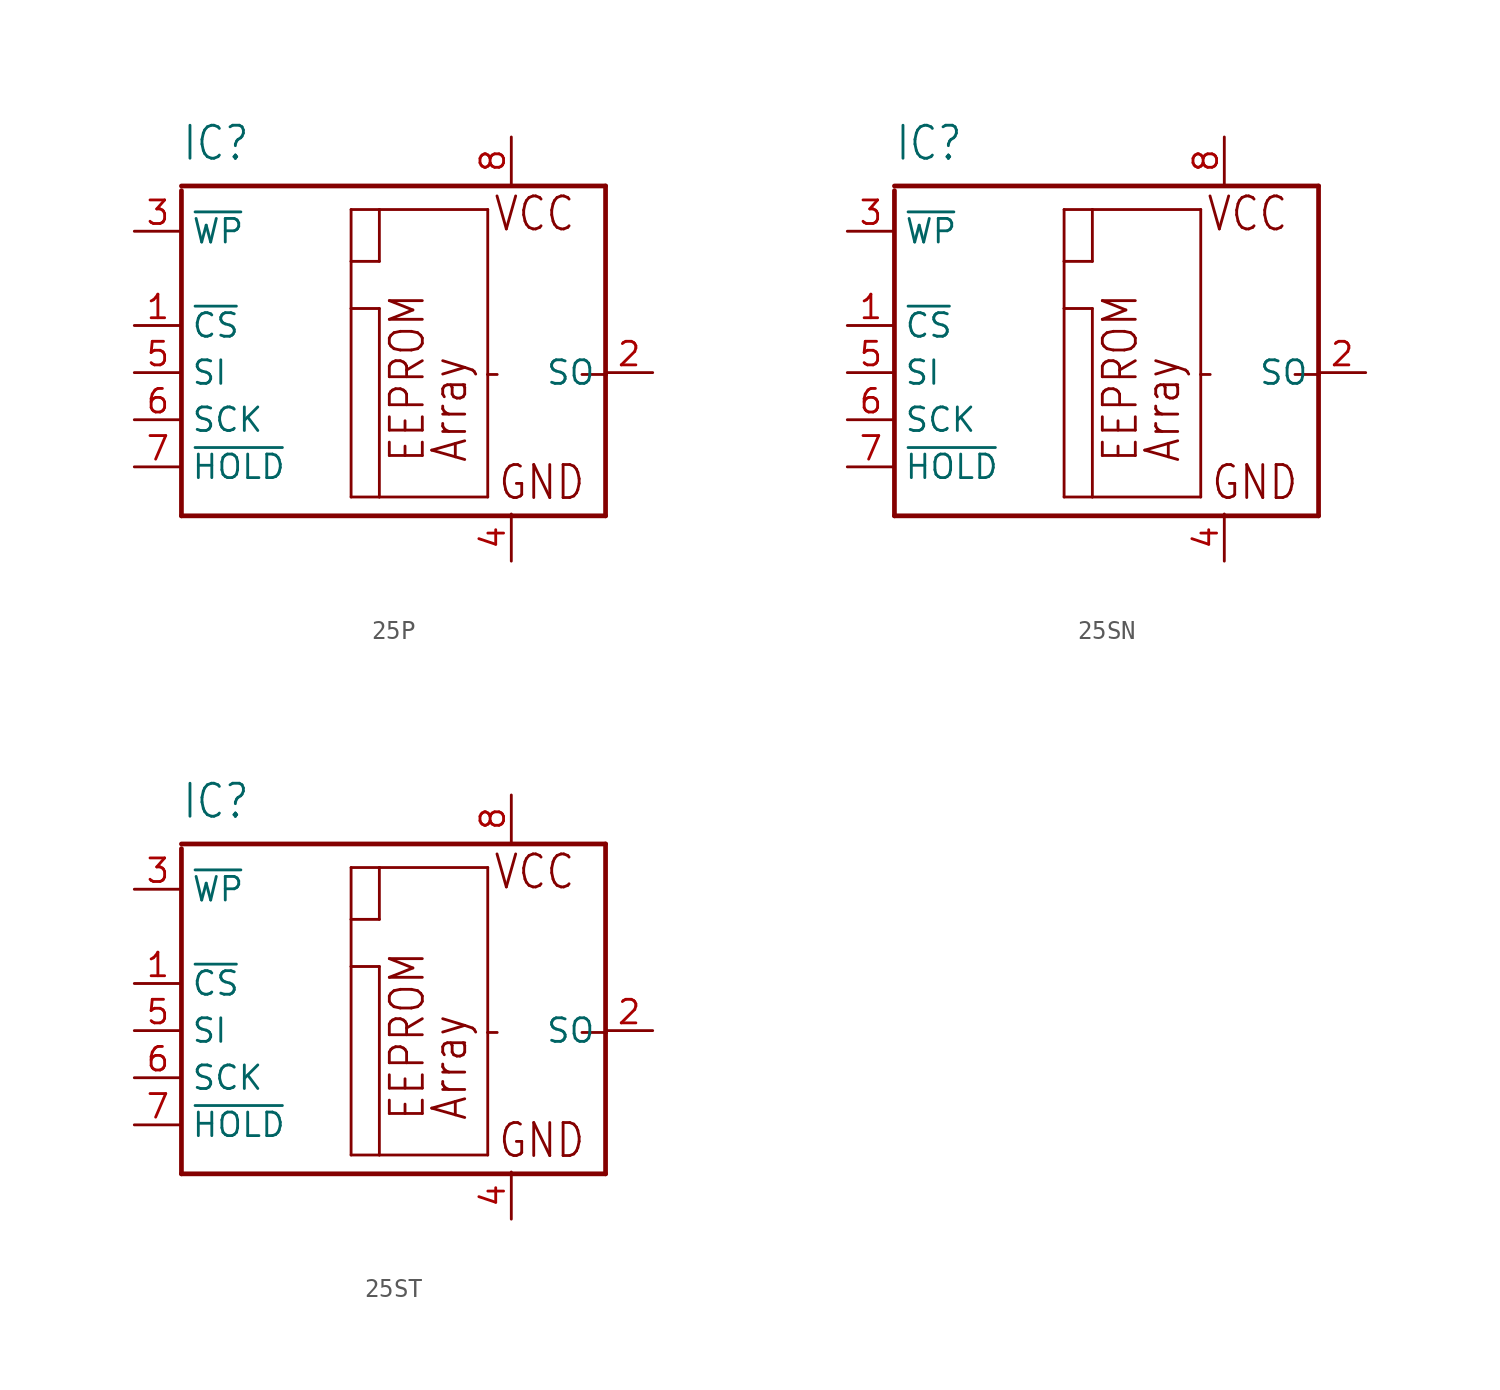
<source format=kicad_sym>
(kicad_symbol_lib
  (version 20220914)
  (generator kicad_symbol_editor)
  (symbol "25P"
    (property "Reference" "IC"
      (at -10.16 11.33 0)
      (effects (font (size 1.778 1.511)) (justify left bottom)))
    (property "Value" ""
      (at -10.16 -10.26 0)
      (effects (font (size 1.778 1.511)) (justify left bottom)))
    (property "ki_locked" ""
      (at 0 0 0)
      (effects (font (size 1.27 1.27))))
    (symbol "25P_1_0"
      (polyline (pts (xy -10.16 -7.72) (xy -10.16 9.806)) (stroke (width 0.254) (type solid)) (fill (type none)))
      (polyline (pts (xy -10.16 10.06) (xy 12.7 10.06)) (stroke (width 0.254) (type solid)) (fill (type none)))
      (polyline (pts (xy -1.016 -6.704) (xy -1.016 3.456)) (stroke (width 0.152) (type solid)) (fill (type none)))
      (polyline (pts (xy -1.016 3.456) (xy -1.016 5.996)) (stroke (width 0.152) (type solid)) (fill (type none)))
      (polyline (pts (xy -1.016 3.456) (xy 0.508 3.456)) (stroke (width 0.152) (type solid)) (fill (type none)))
      (polyline (pts (xy -1.016 5.996) (xy -1.016 8.79)) (stroke (width 0.152) (type solid)) (fill (type none)))
      (polyline (pts (xy -1.016 8.79) (xy 0.508 8.79)) (stroke (width 0.152) (type solid)) (fill (type none)))
      (polyline (pts (xy 0.508 -6.704) (xy -1.016 -6.704)) (stroke (width 0.152) (type solid)) (fill (type none)))
      (polyline (pts (xy 0.508 3.456) (xy 0.508 -6.704)) (stroke (width 0.152) (type solid)) (fill (type none)))
      (polyline (pts (xy 0.508 5.996) (xy -1.016 5.996)) (stroke (width 0.152) (type solid)) (fill (type none)))
      (polyline (pts (xy 0.508 8.79) (xy 0.508 5.996)) (stroke (width 0.152) (type solid)) (fill (type none)))
      (polyline (pts (xy 0.508 8.79) (xy 6.35 8.79)) (stroke (width 0.152) (type solid)) (fill (type none)))
      (polyline (pts (xy 6.35 -6.704) (xy 0.508 -6.704)) (stroke (width 0.152) (type solid)) (fill (type none)))
      (polyline (pts (xy 6.35 -0.1) (xy 6.35 -6.704)) (stroke (width 0.152) (type solid)) (fill (type none)))
      (polyline (pts (xy 6.35 8.79) (xy 6.35 -0.1)) (stroke (width 0.152) (type solid)) (fill (type none)))
      (polyline (pts (xy 6.858 -0.1) (xy 6.35 -0.1)) (stroke (width 0.152) (type solid)) (fill (type none)))
      (polyline (pts (xy 12.7 -7.72) (xy -10.16 -7.72)) (stroke (width 0.254) (type solid)) (fill (type none)))
      (polyline (pts (xy 12.7 -0.1) (xy 11.43 -0.1)) (stroke (width 0.152) (type solid)) (fill (type none)))
      (polyline (pts (xy 12.7 -0.1) (xy 12.7 -7.72)) (stroke (width 0.254) (type solid)) (fill (type none)))
      (polyline (pts (xy 12.7 10.06) (xy 12.7 -0.1)) (stroke (width 0.254) (type solid)) (fill (type none)))
      (text "Array" (at 5.334 -4.926 900) (effects (font (size 1.778 1.511)) (justify left bottom)))
      (text "EEPROM" (at 3.048 -4.926 900) (effects (font (size 1.778 1.511)) (justify left bottom)))
      (text "GND" (at 6.858 -6.958 0) (effects (font (size 1.778 1.511)) (justify left bottom)))
      (text "VCC" (at 6.604 7.52 0) (effects (font (size 1.778 1.511)) (justify left bottom)))
      (pin input line (at -12.7 2.54 0) (length 2.54) (name "~{CS}" (effects (font (size 1.27 1.27)))) (number "1" (effects (font (size 1.27 1.27)))))
      (pin bidirectional line (at 15.24 0 180) (length 2.54) (name "SO" (effects (font (size 1.27 1.27)))) (number "2" (effects (font (size 1.27 1.27)))))
      (pin input line (at -12.7 7.62 0) (length 2.54) (name "~{WP}" (effects (font (size 1.27 1.27)))) (number "3" (effects (font (size 1.27 1.27)))))
      (pin power_in line (at 7.62 -10.16 90) (length 2.54) (name "GND" (effects (font (size 0 0)))) (number "4" (effects (font (size 1.27 1.27)))))
      (pin input line (at -12.7 0 0) (length 2.54) (name "SI" (effects (font (size 1.27 1.27)))) (number "5" (effects (font (size 1.27 1.27)))))
      (pin input line (at -12.7 -2.54 0) (length 2.54) (name "SCK" (effects (font (size 1.27 1.27)))) (number "6" (effects (font (size 1.27 1.27)))))
      (pin input line (at -12.7 -5.08 0) (length 2.54) (name "~{HOLD}" (effects (font (size 1.27 1.27)))) (number "7" (effects (font (size 1.27 1.27)))))
      (pin power_in line (at 7.62 12.7 270) (length 2.54) (name "VCC" (effects (font (size 0 0)))) (number "8" (effects (font (size 1.27 1.27)))))))
  (symbol "25SN"
    (property "Reference" "IC"
      (at -10.16 11.33 0)
      (effects (font (size 1.778 1.511)) (justify left bottom)))
    (property "Value" ""
      (at -10.16 -10.26 0)
      (effects (font (size 1.778 1.511)) (justify left bottom)))
    (property "ki_locked" ""
      (at 0 0 0)
      (effects (font (size 1.27 1.27))))
    (symbol "25SN_1_0"
      (polyline (pts (xy -10.16 -7.72) (xy -10.16 9.806)) (stroke (width 0.254) (type solid)) (fill (type none)))
      (polyline (pts (xy -10.16 10.06) (xy 12.7 10.06)) (stroke (width 0.254) (type solid)) (fill (type none)))
      (polyline (pts (xy -1.016 -6.704) (xy -1.016 3.456)) (stroke (width 0.152) (type solid)) (fill (type none)))
      (polyline (pts (xy -1.016 3.456) (xy -1.016 5.996)) (stroke (width 0.152) (type solid)) (fill (type none)))
      (polyline (pts (xy -1.016 3.456) (xy 0.508 3.456)) (stroke (width 0.152) (type solid)) (fill (type none)))
      (polyline (pts (xy -1.016 5.996) (xy -1.016 8.79)) (stroke (width 0.152) (type solid)) (fill (type none)))
      (polyline (pts (xy -1.016 8.79) (xy 0.508 8.79)) (stroke (width 0.152) (type solid)) (fill (type none)))
      (polyline (pts (xy 0.508 -6.704) (xy -1.016 -6.704)) (stroke (width 0.152) (type solid)) (fill (type none)))
      (polyline (pts (xy 0.508 3.456) (xy 0.508 -6.704)) (stroke (width 0.152) (type solid)) (fill (type none)))
      (polyline (pts (xy 0.508 5.996) (xy -1.016 5.996)) (stroke (width 0.152) (type solid)) (fill (type none)))
      (polyline (pts (xy 0.508 8.79) (xy 0.508 5.996)) (stroke (width 0.152) (type solid)) (fill (type none)))
      (polyline (pts (xy 0.508 8.79) (xy 6.35 8.79)) (stroke (width 0.152) (type solid)) (fill (type none)))
      (polyline (pts (xy 6.35 -6.704) (xy 0.508 -6.704)) (stroke (width 0.152) (type solid)) (fill (type none)))
      (polyline (pts (xy 6.35 -0.1) (xy 6.35 -6.704)) (stroke (width 0.152) (type solid)) (fill (type none)))
      (polyline (pts (xy 6.35 8.79) (xy 6.35 -0.1)) (stroke (width 0.152) (type solid)) (fill (type none)))
      (polyline (pts (xy 6.858 -0.1) (xy 6.35 -0.1)) (stroke (width 0.152) (type solid)) (fill (type none)))
      (polyline (pts (xy 12.7 -7.72) (xy -10.16 -7.72)) (stroke (width 0.254) (type solid)) (fill (type none)))
      (polyline (pts (xy 12.7 -0.1) (xy 11.43 -0.1)) (stroke (width 0.152) (type solid)) (fill (type none)))
      (polyline (pts (xy 12.7 -0.1) (xy 12.7 -7.72)) (stroke (width 0.254) (type solid)) (fill (type none)))
      (polyline (pts (xy 12.7 10.06) (xy 12.7 -0.1)) (stroke (width 0.254) (type solid)) (fill (type none)))
      (text "Array" (at 5.334 -4.926 900) (effects (font (size 1.778 1.511)) (justify left bottom)))
      (text "EEPROM" (at 3.048 -4.926 900) (effects (font (size 1.778 1.511)) (justify left bottom)))
      (text "GND" (at 6.858 -6.958 0) (effects (font (size 1.778 1.511)) (justify left bottom)))
      (text "VCC" (at 6.604 7.52 0) (effects (font (size 1.778 1.511)) (justify left bottom)))
      (pin input line (at -12.7 2.54 0) (length 2.54) (name "~{CS}" (effects (font (size 1.27 1.27)))) (number "1" (effects (font (size 1.27 1.27)))))
      (pin bidirectional line (at 15.24 0 180) (length 2.54) (name "SO" (effects (font (size 1.27 1.27)))) (number "2" (effects (font (size 1.27 1.27)))))
      (pin input line (at -12.7 7.62 0) (length 2.54) (name "~{WP}" (effects (font (size 1.27 1.27)))) (number "3" (effects (font (size 1.27 1.27)))))
      (pin power_in line (at 7.62 -10.16 90) (length 2.54) (name "GND" (effects (font (size 0 0)))) (number "4" (effects (font (size 1.27 1.27)))))
      (pin input line (at -12.7 0 0) (length 2.54) (name "SI" (effects (font (size 1.27 1.27)))) (number "5" (effects (font (size 1.27 1.27)))))
      (pin input line (at -12.7 -2.54 0) (length 2.54) (name "SCK" (effects (font (size 1.27 1.27)))) (number "6" (effects (font (size 1.27 1.27)))))
      (pin input line (at -12.7 -5.08 0) (length 2.54) (name "~{HOLD}" (effects (font (size 1.27 1.27)))) (number "7" (effects (font (size 1.27 1.27)))))
      (pin power_in line (at 7.62 12.7 270) (length 2.54) (name "VCC" (effects (font (size 0 0)))) (number "8" (effects (font (size 1.27 1.27)))))))
  (symbol "25ST"
    (property "Reference" "IC"
      (at -10.16 11.33 0)
      (effects (font (size 1.778 1.511)) (justify left bottom)))
    (property "Value" ""
      (at -10.16 -10.26 0)
      (effects (font (size 1.778 1.511)) (justify left bottom)))
    (property "ki_locked" ""
      (at 0 0 0)
      (effects (font (size 1.27 1.27))))
    (symbol "25ST_1_0"
      (polyline (pts (xy -10.16 -7.72) (xy -10.16 9.806)) (stroke (width 0.254) (type solid)) (fill (type none)))
      (polyline (pts (xy -10.16 10.06) (xy 12.7 10.06)) (stroke (width 0.254) (type solid)) (fill (type none)))
      (polyline (pts (xy -1.016 -6.704) (xy -1.016 3.456)) (stroke (width 0.152) (type solid)) (fill (type none)))
      (polyline (pts (xy -1.016 3.456) (xy -1.016 5.996)) (stroke (width 0.152) (type solid)) (fill (type none)))
      (polyline (pts (xy -1.016 3.456) (xy 0.508 3.456)) (stroke (width 0.152) (type solid)) (fill (type none)))
      (polyline (pts (xy -1.016 5.996) (xy -1.016 8.79)) (stroke (width 0.152) (type solid)) (fill (type none)))
      (polyline (pts (xy -1.016 8.79) (xy 0.508 8.79)) (stroke (width 0.152) (type solid)) (fill (type none)))
      (polyline (pts (xy 0.508 -6.704) (xy -1.016 -6.704)) (stroke (width 0.152) (type solid)) (fill (type none)))
      (polyline (pts (xy 0.508 3.456) (xy 0.508 -6.704)) (stroke (width 0.152) (type solid)) (fill (type none)))
      (polyline (pts (xy 0.508 5.996) (xy -1.016 5.996)) (stroke (width 0.152) (type solid)) (fill (type none)))
      (polyline (pts (xy 0.508 8.79) (xy 0.508 5.996)) (stroke (width 0.152) (type solid)) (fill (type none)))
      (polyline (pts (xy 0.508 8.79) (xy 6.35 8.79)) (stroke (width 0.152) (type solid)) (fill (type none)))
      (polyline (pts (xy 6.35 -6.704) (xy 0.508 -6.704)) (stroke (width 0.152) (type solid)) (fill (type none)))
      (polyline (pts (xy 6.35 -0.1) (xy 6.35 -6.704)) (stroke (width 0.152) (type solid)) (fill (type none)))
      (polyline (pts (xy 6.35 8.79) (xy 6.35 -0.1)) (stroke (width 0.152) (type solid)) (fill (type none)))
      (polyline (pts (xy 6.858 -0.1) (xy 6.35 -0.1)) (stroke (width 0.152) (type solid)) (fill (type none)))
      (polyline (pts (xy 12.7 -7.72) (xy -10.16 -7.72)) (stroke (width 0.254) (type solid)) (fill (type none)))
      (polyline (pts (xy 12.7 -0.1) (xy 11.43 -0.1)) (stroke (width 0.152) (type solid)) (fill (type none)))
      (polyline (pts (xy 12.7 -0.1) (xy 12.7 -7.72)) (stroke (width 0.254) (type solid)) (fill (type none)))
      (polyline (pts (xy 12.7 10.06) (xy 12.7 -0.1)) (stroke (width 0.254) (type solid)) (fill (type none)))
      (text "Array" (at 5.334 -4.926 900) (effects (font (size 1.778 1.511)) (justify left bottom)))
      (text "EEPROM" (at 3.048 -4.926 900) (effects (font (size 1.778 1.511)) (justify left bottom)))
      (text "GND" (at 6.858 -6.958 0) (effects (font (size 1.778 1.511)) (justify left bottom)))
      (text "VCC" (at 6.604 7.52 0) (effects (font (size 1.778 1.511)) (justify left bottom)))
      (pin input line (at -12.7 2.54 0) (length 2.54) (name "~{CS}" (effects (font (size 1.27 1.27)))) (number "1" (effects (font (size 1.27 1.27)))))
      (pin bidirectional line (at 15.24 0 180) (length 2.54) (name "SO" (effects (font (size 1.27 1.27)))) (number "2" (effects (font (size 1.27 1.27)))))
      (pin input line (at -12.7 7.62 0) (length 2.54) (name "~{WP}" (effects (font (size 1.27 1.27)))) (number "3" (effects (font (size 1.27 1.27)))))
      (pin power_in line (at 7.62 -10.16 90) (length 2.54) (name "GND" (effects (font (size 0 0)))) (number "4" (effects (font (size 1.27 1.27)))))
      (pin input line (at -12.7 0 0) (length 2.54) (name "SI" (effects (font (size 1.27 1.27)))) (number "5" (effects (font (size 1.27 1.27)))))
      (pin input line (at -12.7 -2.54 0) (length 2.54) (name "SCK" (effects (font (size 1.27 1.27)))) (number "6" (effects (font (size 1.27 1.27)))))
      (pin input line (at -12.7 -5.08 0) (length 2.54) (name "~{HOLD}" (effects (font (size 1.27 1.27)))) (number "7" (effects (font (size 1.27 1.27)))))
      (pin power_in line (at 7.62 12.7 270) (length 2.54) (name "VCC" (effects (font (size 0 0)))) (number "8" (effects (font (size 1.27 1.27))))))))
</source>
